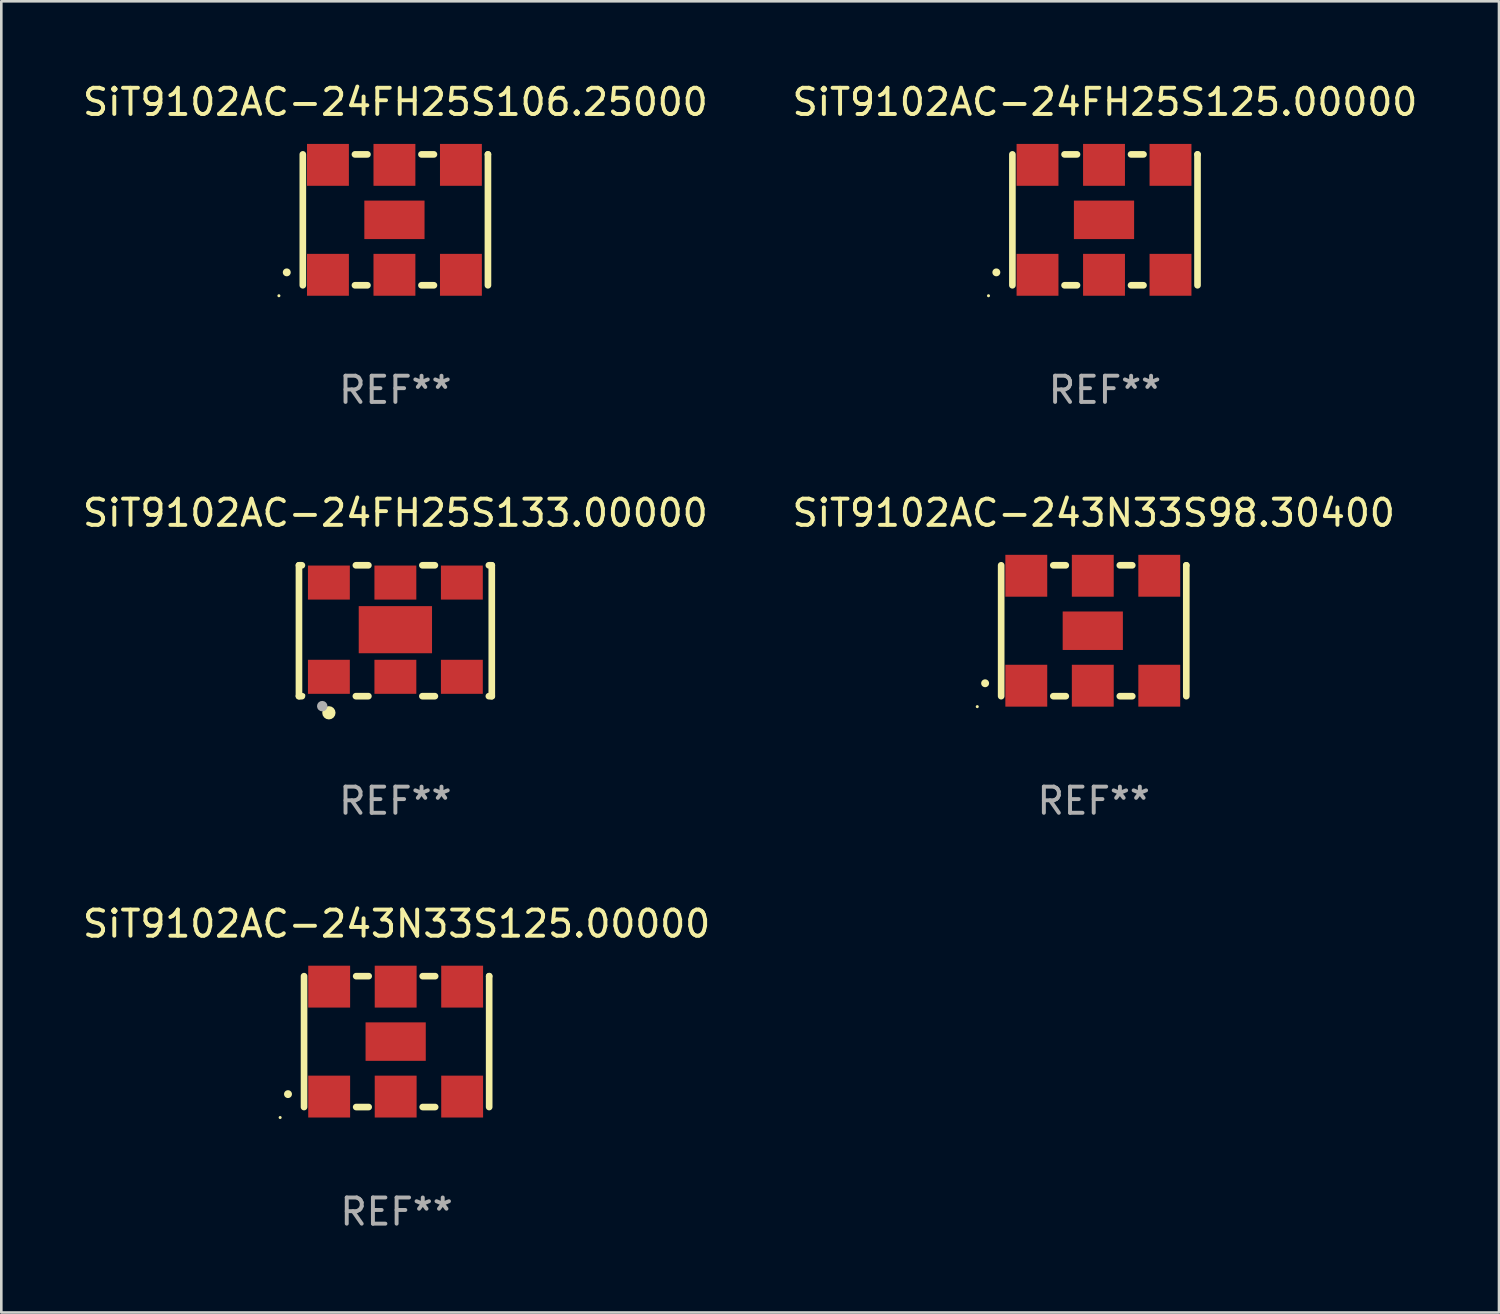
<source format=kicad_pcb>
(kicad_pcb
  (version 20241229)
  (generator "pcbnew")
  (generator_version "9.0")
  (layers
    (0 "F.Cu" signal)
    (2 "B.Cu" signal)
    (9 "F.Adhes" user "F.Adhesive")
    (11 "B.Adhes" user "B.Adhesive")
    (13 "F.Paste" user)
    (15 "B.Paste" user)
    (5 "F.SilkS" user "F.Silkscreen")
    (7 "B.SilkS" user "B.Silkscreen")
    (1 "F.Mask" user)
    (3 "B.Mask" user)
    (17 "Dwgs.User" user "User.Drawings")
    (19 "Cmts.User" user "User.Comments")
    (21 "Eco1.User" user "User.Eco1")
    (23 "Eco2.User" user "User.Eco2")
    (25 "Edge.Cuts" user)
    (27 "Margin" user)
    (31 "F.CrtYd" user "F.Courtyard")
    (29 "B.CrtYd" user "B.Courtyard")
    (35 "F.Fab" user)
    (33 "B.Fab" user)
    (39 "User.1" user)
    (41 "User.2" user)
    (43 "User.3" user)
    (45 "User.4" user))
  (footprint "SiT9102AC-24FH25S133.00000"
    (layer "F.Cu")
    (at 12.054 21.045)
    (property "Reference" "SiT9102AC-24FH25S133.00000" (at 0 -4.5 0) (layer "F.SilkS") (effects (font (size 1 1) (thickness 0.15))))
    (attr through_hole)
    (fp_line (start -3.683 -2.5) (end -3.571 -2.5) (stroke (width 0.254) (type solid)) (layer "F.SilkS"))
    (fp_line (start -3.683 2.5) (end -3.683 -2.5) (stroke (width 0.254) (type solid)) (layer "F.SilkS"))
    (fp_line (start -3.683 2.5) (end -3.571 2.5) (stroke (width 0.254) (type solid)) (layer "F.SilkS"))
    (fp_line (start -1.509 -2.5) (end -1.031 -2.5) (stroke (width 0.254) (type solid)) (layer "F.SilkS"))
    (fp_line (start -1.509 2.5) (end -1.031 2.5) (stroke (width 0.254) (type solid)) (layer "F.SilkS"))
    (fp_line (start 1.031 -2.5) (end 1.509 -2.5) (stroke (width 0.254) (type solid)) (layer "F.SilkS"))
    (fp_line (start 1.031 2.5) (end 1.509 2.5) (stroke (width 0.254) (type solid)) (layer "F.SilkS"))
    (fp_line (start 3.571 -2.5) (end 3.683 -2.5) (stroke (width 0.254) (type solid)) (layer "F.SilkS"))
    (fp_line (start 3.571 2.5) (end 3.683 2.5) (stroke (width 0.254) (type solid)) (layer "F.SilkS"))
    (fp_line (start 3.683 2.5) (end 3.683 -2.5) (stroke (width 0.254) (type solid)) (layer "F.SilkS"))
    (fp_circle (center -3.5 2.46) (end -3.47 2.46) (stroke (width 0.06) (type solid)) (fill no) (layer "F.SilkS"))
    (fp_circle (center -2.54 3.135) (end -2.413 3.135) (stroke (width 0.254) (type solid)) (fill no) (layer "F.SilkS"))
    (fp_circle (center -2.794 2.881) (end -2.694 2.881) (stroke (width 0.2) (type solid)) (fill no) (layer "F.Fab"))
    (fp_text user "REF**" (at 0 6.5 0) (layer "F.Fab") (effects (font (size 1 1) (thickness 0.15))))
    (pad "1" smd rect (at -2.54 1.76) (size 1.6 1.3) (layers "F.Cu" "F.Mask" "F.Paste"))
    (pad "2" smd rect (at 0 1.76) (size 1.6 1.3) (layers "F.Cu" "F.Mask" "F.Paste"))
    (pad "3" smd rect (at 2.54 1.76) (size 1.6 1.3) (layers "F.Cu" "F.Mask" "F.Paste"))
    (pad "4" smd rect (at 2.54 -1.84) (size 1.6 1.3) (layers "F.Cu" "F.Mask" "F.Paste"))
    (pad "5" smd rect (at 0 -1.84) (size 1.6 1.3) (layers "F.Cu" "F.Mask" "F.Paste"))
    (pad "6" smd rect (at -2.54 -1.84) (size 1.6 1.3) (layers "F.Cu" "F.Mask" "F.Paste"))
    (pad "7" smd rect (at 0 -0.04) (size 2.8 1.8) (layers "F.Cu" "F.Mask" "F.Paste")))
  (footprint "SiT9102AC-243N33S98.30400"
    (layer "F.Cu")
    (at 38.732 21.045)
    (property "Reference" "SiT9102AC-243N33S98.30400" (at 0 -4.5 0) (layer "F.SilkS") (effects (font (size 1 1) (thickness 0.15))))
    (attr through_hole)
    (fp_line (start -3.536 -2.5) (end -3.536 2.5) (stroke (width 0.254) (type solid)) (layer "F.SilkS"))
    (fp_line (start -1.544 2.5) (end -1.067 2.5) (stroke (width 0.254) (type solid)) (layer "F.SilkS"))
    (fp_line (start -1.067 -2.5) (end -1.544 -2.5) (stroke (width 0.254) (type solid)) (layer "F.SilkS"))
    (fp_line (start 0.996 2.5) (end 1.473 2.5) (stroke (width 0.254) (type solid)) (layer "F.SilkS"))
    (fp_line (start 1.473 -2.5) (end 0.996 -2.5) (stroke (width 0.254) (type solid)) (layer "F.SilkS"))
    (fp_line (start 3.536 -2.5) (end 3.536 -2.5) (stroke (width 0.254) (type solid)) (layer "F.SilkS"))
    (fp_line (start 3.536 2.5) (end 3.536 -2.5) (stroke (width 0.254) (type solid)) (layer "F.SilkS"))
    (fp_arc (start -4.150432 2.006604) (mid -4.149162 2.006599) (end -4.147892 2.006604) (stroke (width 0.3) (type solid)) (layer "F.SilkS"))
    (fp_circle (center -4.449 2.9) (end -4.419 2.9) (stroke (width 0.06) (type solid)) (fill no) (layer "F.SilkS"))
    (fp_text user "REF**" (at 0 6.5 0) (layer "F.Fab") (effects (font (size 1 1) (thickness 0.15))))
    (pad "1" smd rect (at -2.576 2.1) (size 1.6 1.6) (layers "F.Cu" "F.Mask" "F.Paste"))
    (pad "2" smd rect (at -0.036 2.1) (size 1.6 1.6) (layers "F.Cu" "F.Mask" "F.Paste"))
    (pad "3" smd rect (at 2.504 2.1) (size 1.6 1.6) (layers "F.Cu" "F.Mask" "F.Paste"))
    (pad "4" smd rect (at 2.504 -2.1) (size 1.6 1.6) (layers "F.Cu" "F.Mask" "F.Paste"))
    (pad "5" smd rect (at -0.036 -2.1) (size 1.6 1.6) (layers "F.Cu" "F.Mask" "F.Paste"))
    (pad "6" smd rect (at -2.576 -2.1) (size 1.6 1.6) (layers "F.Cu" "F.Mask" "F.Paste"))
    (pad "7" smd rect (at -0.036 0) (size 2.3 1.47) (layers "F.Cu" "F.Mask" "F.Paste")))
  (footprint "SiT9102AC-24FH25S125.00000"
    (layer "F.Cu")
    (at 39.161 5.348)
    (property "Reference" "SiT9102AC-24FH25S125.00000" (at 0 -4.5 0) (layer "F.SilkS") (effects (font (size 1 1) (thickness 0.15))))
    (attr through_hole)
    (fp_line (start -3.536 -2.5) (end -3.536 2.5) (stroke (width 0.254) (type solid)) (layer "F.SilkS"))
    (fp_line (start -1.544 2.5) (end -1.067 2.5) (stroke (width 0.254) (type solid)) (layer "F.SilkS"))
    (fp_line (start -1.067 -2.5) (end -1.544 -2.5) (stroke (width 0.254) (type solid)) (layer "F.SilkS"))
    (fp_line (start 0.996 2.5) (end 1.473 2.5) (stroke (width 0.254) (type solid)) (layer "F.SilkS"))
    (fp_line (start 1.473 -2.5) (end 0.996 -2.5) (stroke (width 0.254) (type solid)) (layer "F.SilkS"))
    (fp_line (start 3.536 -2.5) (end 3.536 -2.5) (stroke (width 0.254) (type solid)) (layer "F.SilkS"))
    (fp_line (start 3.536 2.5) (end 3.536 -2.5) (stroke (width 0.254) (type solid)) (layer "F.SilkS"))
    (fp_arc (start -4.150432 2.006604) (mid -4.149162 2.006599) (end -4.147892 2.006604) (stroke (width 0.3) (type solid)) (layer "F.SilkS"))
    (fp_circle (center -4.449 2.9) (end -4.419 2.9) (stroke (width 0.06) (type solid)) (fill no) (layer "F.SilkS"))
    (fp_text user "REF**" (at 0 6.5 0) (layer "F.Fab") (effects (font (size 1 1) (thickness 0.15))))
    (pad "1" smd rect (at -2.576 2.1) (size 1.6 1.6) (layers "F.Cu" "F.Mask" "F.Paste"))
    (pad "2" smd rect (at -0.036 2.1) (size 1.6 1.6) (layers "F.Cu" "F.Mask" "F.Paste"))
    (pad "3" smd rect (at 2.504 2.1) (size 1.6 1.6) (layers "F.Cu" "F.Mask" "F.Paste"))
    (pad "4" smd rect (at 2.504 -2.1) (size 1.6 1.6) (layers "F.Cu" "F.Mask" "F.Paste"))
    (pad "5" smd rect (at -0.036 -2.1) (size 1.6 1.6) (layers "F.Cu" "F.Mask" "F.Paste"))
    (pad "6" smd rect (at -2.576 -2.1) (size 1.6 1.6) (layers "F.Cu" "F.Mask" "F.Paste"))
    (pad "7" smd rect (at -0.036 0) (size 2.3 1.47) (layers "F.Cu" "F.Mask" "F.Paste")))
  (footprint "SiT9102AC-24FH25S106.25000"
    (layer "F.Cu")
    (at 12.054 5.348)
    (property "Reference" "SiT9102AC-24FH25S106.25000" (at 0 -4.5 0) (layer "F.SilkS") (effects (font (size 1 1) (thickness 0.15))))
    (attr through_hole)
    (fp_line (start -3.536 -2.5) (end -3.536 2.5) (stroke (width 0.254) (type solid)) (layer "F.SilkS"))
    (fp_line (start -1.544 2.5) (end -1.067 2.5) (stroke (width 0.254) (type solid)) (layer "F.SilkS"))
    (fp_line (start -1.067 -2.5) (end -1.544 -2.5) (stroke (width 0.254) (type solid)) (layer "F.SilkS"))
    (fp_line (start 0.996 2.5) (end 1.473 2.5) (stroke (width 0.254) (type solid)) (layer "F.SilkS"))
    (fp_line (start 1.473 -2.5) (end 0.996 -2.5) (stroke (width 0.254) (type solid)) (layer "F.SilkS"))
    (fp_line (start 3.536 -2.5) (end 3.536 -2.5) (stroke (width 0.254) (type solid)) (layer "F.SilkS"))
    (fp_line (start 3.536 2.5) (end 3.536 -2.5) (stroke (width 0.254) (type solid)) (layer "F.SilkS"))
    (fp_arc (start -4.150432 2.006604) (mid -4.149162 2.006599) (end -4.147892 2.006604) (stroke (width 0.3) (type solid)) (layer "F.SilkS"))
    (fp_circle (center -4.449 2.9) (end -4.419 2.9) (stroke (width 0.06) (type solid)) (fill no) (layer "F.SilkS"))
    (fp_text user "REF**" (at 0 6.5 0) (layer "F.Fab") (effects (font (size 1 1) (thickness 0.15))))
    (pad "1" smd rect (at -2.576 2.1) (size 1.6 1.6) (layers "F.Cu" "F.Mask" "F.Paste"))
    (pad "2" smd rect (at -0.036 2.1) (size 1.6 1.6) (layers "F.Cu" "F.Mask" "F.Paste"))
    (pad "3" smd rect (at 2.504 2.1) (size 1.6 1.6) (layers "F.Cu" "F.Mask" "F.Paste"))
    (pad "4" smd rect (at 2.504 -2.1) (size 1.6 1.6) (layers "F.Cu" "F.Mask" "F.Paste"))
    (pad "5" smd rect (at -0.036 -2.1) (size 1.6 1.6) (layers "F.Cu" "F.Mask" "F.Paste"))
    (pad "6" smd rect (at -2.576 -2.1) (size 1.6 1.6) (layers "F.Cu" "F.Mask" "F.Paste"))
    (pad "7" smd rect (at -0.036 0) (size 2.3 1.47) (layers "F.Cu" "F.Mask" "F.Paste")))
  (footprint "SiT9102AC-243N33S125.00000"
    (layer "F.Cu")
    (at 12.101 36.741)
    (property "Reference" "SiT9102AC-243N33S125.00000" (at 0 -4.5 0) (layer "F.SilkS") (effects (font (size 1 1) (thickness 0.15))))
    (attr through_hole)
    (fp_line (start -3.536 -2.5) (end -3.536 2.5) (stroke (width 0.254) (type solid)) (layer "F.SilkS"))
    (fp_line (start -1.544 2.5) (end -1.067 2.5) (stroke (width 0.254) (type solid)) (layer "F.SilkS"))
    (fp_line (start -1.067 -2.5) (end -1.544 -2.5) (stroke (width 0.254) (type solid)) (layer "F.SilkS"))
    (fp_line (start 0.996 2.5) (end 1.473 2.5) (stroke (width 0.254) (type solid)) (layer "F.SilkS"))
    (fp_line (start 1.473 -2.5) (end 0.996 -2.5) (stroke (width 0.254) (type solid)) (layer "F.SilkS"))
    (fp_line (start 3.536 -2.5) (end 3.536 -2.5) (stroke (width 0.254) (type solid)) (layer "F.SilkS"))
    (fp_line (start 3.536 2.5) (end 3.536 -2.5) (stroke (width 0.254) (type solid)) (layer "F.SilkS"))
    (fp_arc (start -4.150432 2.006604) (mid -4.149162 2.006599) (end -4.147892 2.006604) (stroke (width 0.3) (type solid)) (layer "F.SilkS"))
    (fp_circle (center -4.449 2.9) (end -4.419 2.9) (stroke (width 0.06) (type solid)) (fill no) (layer "F.SilkS"))
    (fp_text user "REF**" (at 0 6.5 0) (layer "F.Fab") (effects (font (size 1 1) (thickness 0.15))))
    (pad "1" smd rect (at -2.576 2.1) (size 1.6 1.6) (layers "F.Cu" "F.Mask" "F.Paste"))
    (pad "2" smd rect (at -0.036 2.1) (size 1.6 1.6) (layers "F.Cu" "F.Mask" "F.Paste"))
    (pad "3" smd rect (at 2.504 2.1) (size 1.6 1.6) (layers "F.Cu" "F.Mask" "F.Paste"))
    (pad "4" smd rect (at 2.504 -2.1) (size 1.6 1.6) (layers "F.Cu" "F.Mask" "F.Paste"))
    (pad "5" smd rect (at -0.036 -2.1) (size 1.6 1.6) (layers "F.Cu" "F.Mask" "F.Paste"))
    (pad "6" smd rect (at -2.576 -2.1) (size 1.6 1.6) (layers "F.Cu" "F.Mask" "F.Paste"))
    (pad "7" smd rect (at -0.036 0) (size 2.3 1.47) (layers "F.Cu" "F.Mask" "F.Paste")))
  (gr_rect
    (start -3 -3)
    (end 54.214 47.09)
    (stroke (width 0.1) (type default))
    (fill no)
    (layer "Edge.Cuts")))
</source>
